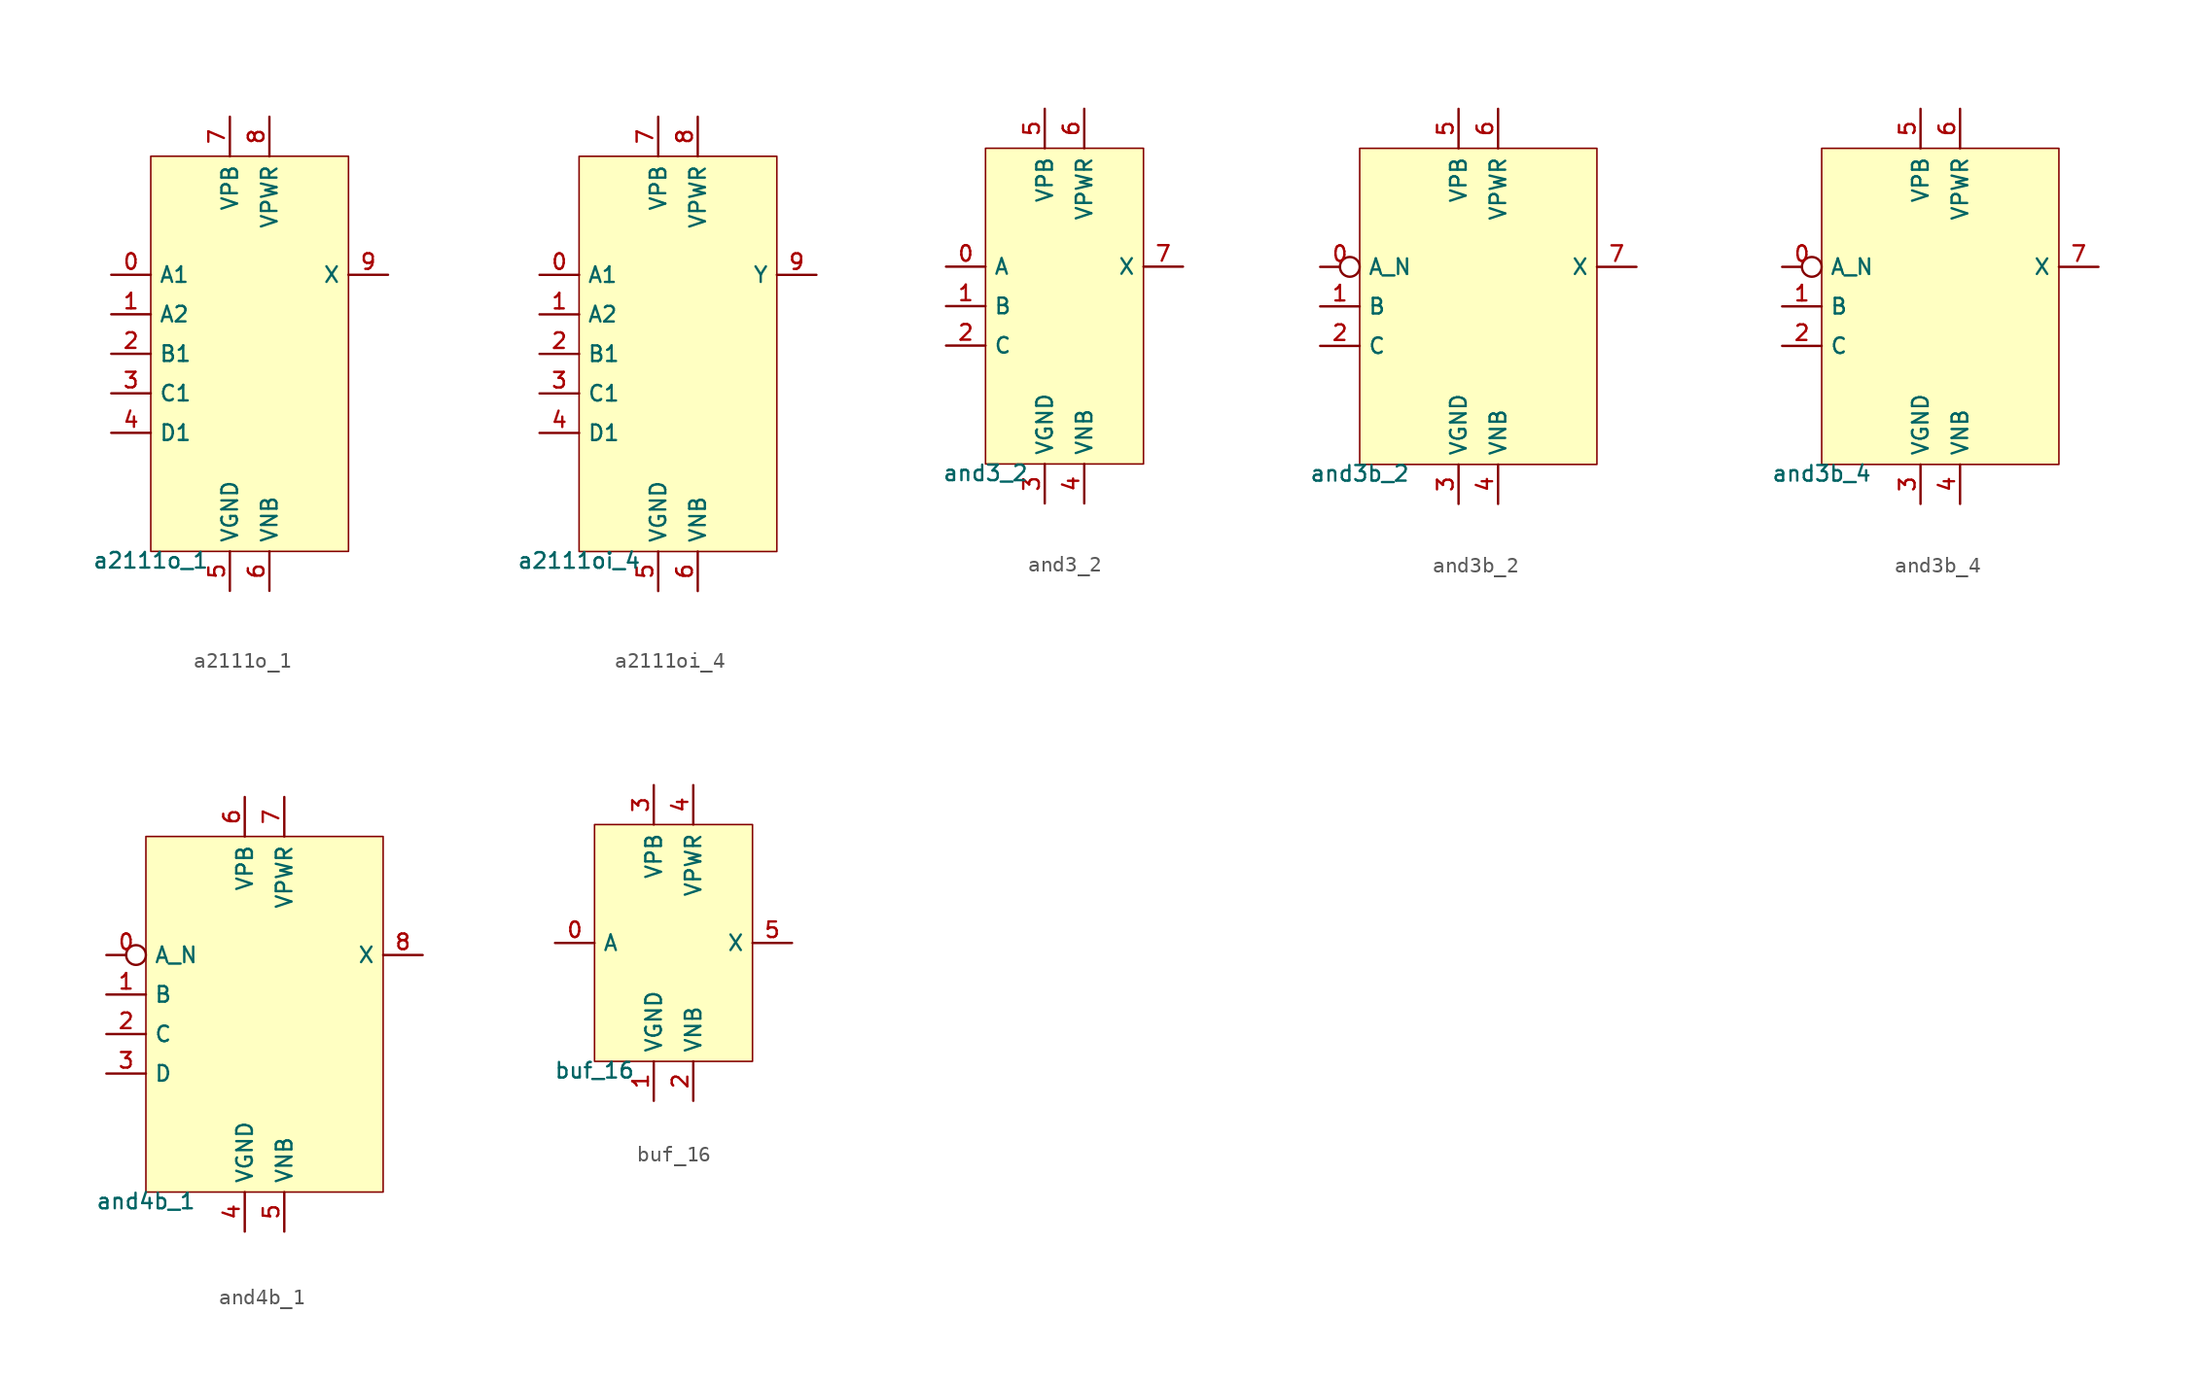
<source format=kicad_sym>
(kicad_symbol_lib
  (version 20211014)
  (generator lef2kicad_sym)
  (symbol "a2111o_1"
    (property "Reference" "CELL"
      (at 0 0 0)
      (effects (font (size 1 1)) hide))
    (property "Value" "a2111o_1"
      (at -6.35 -12.7 0)
      (effects (font (size 1 1)) (justify top)))
    (rectangle
      (start -6.35 -12.7)
      (end 6.35 12.7)
      (stroke (width 0.1) (type solid) (color 0 0 0 0))
      (fill (type background)))
    (pin input line
      (at -8.89 5.08 0)
      (length 2.54)
      (name "A1" (effects (font (size 1 1)) hide))
      (number "0" (effects (font (size 1 1)) hide)))
    (pin input line
      (at -8.89 2.54 0)
      (length 2.54)
      (name "A2" (effects (font (size 1 1)) hide))
      (number "1" (effects (font (size 1 1)) hide)))
    (pin input line
      (at -8.89 -8.881784197001252e-16 0)
      (length 2.54)
      (name "B1" (effects (font (size 1 1)) hide))
      (number "2" (effects (font (size 1 1)) hide)))
    (pin input line
      (at -8.89 -2.54 0)
      (length 2.54)
      (name "C1" (effects (font (size 1 1)) hide))
      (number "3" (effects (font (size 1 1)) hide)))
    (pin input line
      (at -8.89 -5.08 0)
      (length 2.54)
      (name "D1" (effects (font (size 1 1)) hide))
      (number "4" (effects (font (size 1 1)) hide)))
    (pin power_in line
      (at -1.27 -15.24 90)
      (length 2.54)
      (name "VGND" (effects (font (size 1 1)) hide))
      (number "5" (effects (font (size 1 1)) hide)))
    (pin power_in line
      (at 1.27 -15.24 90)
      (length 2.54)
      (name "VNB" (effects (font (size 1 1)) hide))
      (number "6" (effects (font (size 1 1)) hide)))
    (pin power_in line
      (at -1.27 15.24 270)
      (length 2.54)
      (name "VPB" (effects (font (size 1 1)) hide))
      (number "7" (effects (font (size 1 1)) hide)))
    (pin power_in line
      (at 1.27 15.24 270)
      (length 2.54)
      (name "VPWR" (effects (font (size 1 1)) hide))
      (number "8" (effects (font (size 1 1)) hide)))
    (pin output line
      (at 8.89 5.08 180)
      (length 2.54)
      (name "X" (effects (font (size 1 1)) hide))
      (number "9" (effects (font (size 1 1)) hide))))
  (symbol "a2111oi_4"
    (property "Reference" "CELL"
      (at 0 0 0)
      (effects (font (size 1 1)) hide))
    (property "Value" "a2111oi_4"
      (at -6.35 -12.7 0)
      (effects (font (size 1 1)) (justify top)))
    (rectangle
      (start -6.35 -12.7)
      (end 6.35 12.7)
      (stroke (width 0.1) (type solid) (color 0 0 0 0))
      (fill (type background)))
    (pin input line
      (at -8.89 5.08 0)
      (length 2.54)
      (name "A1" (effects (font (size 1 1)) hide))
      (number "0" (effects (font (size 1 1)) hide)))
    (pin input line
      (at -8.89 2.54 0)
      (length 2.54)
      (name "A2" (effects (font (size 1 1)) hide))
      (number "1" (effects (font (size 1 1)) hide)))
    (pin input line
      (at -8.89 -8.881784197001252e-16 0)
      (length 2.54)
      (name "B1" (effects (font (size 1 1)) hide))
      (number "2" (effects (font (size 1 1)) hide)))
    (pin input line
      (at -8.89 -2.54 0)
      (length 2.54)
      (name "C1" (effects (font (size 1 1)) hide))
      (number "3" (effects (font (size 1 1)) hide)))
    (pin input line
      (at -8.89 -5.08 0)
      (length 2.54)
      (name "D1" (effects (font (size 1 1)) hide))
      (number "4" (effects (font (size 1 1)) hide)))
    (pin power_in line
      (at -1.27 -15.24 90)
      (length 2.54)
      (name "VGND" (effects (font (size 1 1)) hide))
      (number "5" (effects (font (size 1 1)) hide)))
    (pin power_in line
      (at 1.27 -15.24 90)
      (length 2.54)
      (name "VNB" (effects (font (size 1 1)) hide))
      (number "6" (effects (font (size 1 1)) hide)))
    (pin power_in line
      (at -1.27 15.24 270)
      (length 2.54)
      (name "VPB" (effects (font (size 1 1)) hide))
      (number "7" (effects (font (size 1 1)) hide)))
    (pin power_in line
      (at 1.27 15.24 270)
      (length 2.54)
      (name "VPWR" (effects (font (size 1 1)) hide))
      (number "8" (effects (font (size 1 1)) hide)))
    (pin output line
      (at 8.89 5.08 180)
      (length 2.54)
      (name "Y" (effects (font (size 1 1)) hide))
      (number "9" (effects (font (size 1 1)) hide))))
  (symbol "and3_2"
    (property "Reference" "CELL"
      (at 0 0 0)
      (effects (font (size 1 1)) hide))
    (property "Value" "and3_2"
      (at -5.08 -10.16 0)
      (effects (font (size 1 1)) (justify top)))
    (rectangle
      (start -5.08 -10.16)
      (end 5.08 10.16)
      (stroke (width 0.1) (type solid) (color 0 0 0 0))
      (fill (type background)))
    (pin input line
      (at -7.62 2.54 0)
      (length 2.54)
      (name "A" (effects (font (size 1 1)) hide))
      (number "0" (effects (font (size 1 1)) hide)))
    (pin input line
      (at -7.62 0.0 0)
      (length 2.54)
      (name "B" (effects (font (size 1 1)) hide))
      (number "1" (effects (font (size 1 1)) hide)))
    (pin input line
      (at -7.62 -2.54 0)
      (length 2.54)
      (name "C" (effects (font (size 1 1)) hide))
      (number "2" (effects (font (size 1 1)) hide)))
    (pin power_in line
      (at -1.27 -12.7 90)
      (length 2.54)
      (name "VGND" (effects (font (size 1 1)) hide))
      (number "3" (effects (font (size 1 1)) hide)))
    (pin power_in line
      (at 1.27 -12.7 90)
      (length 2.54)
      (name "VNB" (effects (font (size 1 1)) hide))
      (number "4" (effects (font (size 1 1)) hide)))
    (pin power_in line
      (at -1.27 12.7 270)
      (length 2.54)
      (name "VPB" (effects (font (size 1 1)) hide))
      (number "5" (effects (font (size 1 1)) hide)))
    (pin power_in line
      (at 1.27 12.7 270)
      (length 2.54)
      (name "VPWR" (effects (font (size 1 1)) hide))
      (number "6" (effects (font (size 1 1)) hide)))
    (pin output line
      (at 7.62 2.54 180)
      (length 2.54)
      (name "X" (effects (font (size 1 1)) hide))
      (number "7" (effects (font (size 1 1)) hide))))
  (symbol "and3b_2"
    (property "Reference" "CELL"
      (at 0 0 0)
      (effects (font (size 1 1)) hide))
    (property "Value" "and3b_2"
      (at -7.62 -10.16 0)
      (effects (font (size 1 1)) (justify top)))
    (rectangle
      (start -7.62 -10.16)
      (end 7.62 10.16)
      (stroke (width 0.1) (type solid) (color 0 0 0 0))
      (fill (type background)))
    (pin input inverted
      (at -10.16 2.54 0)
      (length 2.54)
      (name "A_N" (effects (font (size 1 1)) hide))
      (number "0" (effects (font (size 1 1)) hide)))
    (pin input line
      (at -10.16 0.0 0)
      (length 2.54)
      (name "B" (effects (font (size 1 1)) hide))
      (number "1" (effects (font (size 1 1)) hide)))
    (pin input line
      (at -10.16 -2.54 0)
      (length 2.54)
      (name "C" (effects (font (size 1 1)) hide))
      (number "2" (effects (font (size 1 1)) hide)))
    (pin power_in line
      (at -1.27 -12.7 90)
      (length 2.54)
      (name "VGND" (effects (font (size 1 1)) hide))
      (number "3" (effects (font (size 1 1)) hide)))
    (pin power_in line
      (at 1.27 -12.7 90)
      (length 2.54)
      (name "VNB" (effects (font (size 1 1)) hide))
      (number "4" (effects (font (size 1 1)) hide)))
    (pin power_in line
      (at -1.27 12.7 270)
      (length 2.54)
      (name "VPB" (effects (font (size 1 1)) hide))
      (number "5" (effects (font (size 1 1)) hide)))
    (pin power_in line
      (at 1.27 12.7 270)
      (length 2.54)
      (name "VPWR" (effects (font (size 1 1)) hide))
      (number "6" (effects (font (size 1 1)) hide)))
    (pin output line
      (at 10.16 2.54 180)
      (length 2.54)
      (name "X" (effects (font (size 1 1)) hide))
      (number "7" (effects (font (size 1 1)) hide))))
  (symbol "and3b_4"
    (property "Reference" "CELL"
      (at 0 0 0)
      (effects (font (size 1 1)) hide))
    (property "Value" "and3b_4"
      (at -7.62 -10.16 0)
      (effects (font (size 1 1)) (justify top)))
    (rectangle
      (start -7.62 -10.16)
      (end 7.62 10.16)
      (stroke (width 0.1) (type solid) (color 0 0 0 0))
      (fill (type background)))
    (pin input inverted
      (at -10.16 2.54 0)
      (length 2.54)
      (name "A_N" (effects (font (size 1 1)) hide))
      (number "0" (effects (font (size 1 1)) hide)))
    (pin input line
      (at -10.16 0.0 0)
      (length 2.54)
      (name "B" (effects (font (size 1 1)) hide))
      (number "1" (effects (font (size 1 1)) hide)))
    (pin input line
      (at -10.16 -2.54 0)
      (length 2.54)
      (name "C" (effects (font (size 1 1)) hide))
      (number "2" (effects (font (size 1 1)) hide)))
    (pin power_in line
      (at -1.27 -12.7 90)
      (length 2.54)
      (name "VGND" (effects (font (size 1 1)) hide))
      (number "3" (effects (font (size 1 1)) hide)))
    (pin power_in line
      (at 1.27 -12.7 90)
      (length 2.54)
      (name "VNB" (effects (font (size 1 1)) hide))
      (number "4" (effects (font (size 1 1)) hide)))
    (pin power_in line
      (at -1.27 12.7 270)
      (length 2.54)
      (name "VPB" (effects (font (size 1 1)) hide))
      (number "5" (effects (font (size 1 1)) hide)))
    (pin power_in line
      (at 1.27 12.7 270)
      (length 2.54)
      (name "VPWR" (effects (font (size 1 1)) hide))
      (number "6" (effects (font (size 1 1)) hide)))
    (pin output line
      (at 10.16 2.54 180)
      (length 2.54)
      (name "X" (effects (font (size 1 1)) hide))
      (number "7" (effects (font (size 1 1)) hide))))
  (symbol "and4b_1"
    (property "Reference" "CELL"
      (at 0 0 0)
      (effects (font (size 1 1)) hide))
    (property "Value" "and4b_1"
      (at -7.62 -11.43 0)
      (effects (font (size 1 1)) (justify top)))
    (rectangle
      (start -7.62 -11.43)
      (end 7.62 11.43)
      (stroke (width 0.1) (type solid) (color 0 0 0 0))
      (fill (type background)))
    (pin input inverted
      (at -10.16 3.81 0)
      (length 2.54)
      (name "A_N" (effects (font (size 1 1)) hide))
      (number "0" (effects (font (size 1 1)) hide)))
    (pin input line
      (at -10.16 1.27 0)
      (length 2.54)
      (name "B" (effects (font (size 1 1)) hide))
      (number "1" (effects (font (size 1 1)) hide)))
    (pin input line
      (at -10.16 -1.27 0)
      (length 2.54)
      (name "C" (effects (font (size 1 1)) hide))
      (number "2" (effects (font (size 1 1)) hide)))
    (pin input line
      (at -10.16 -3.81 0)
      (length 2.54)
      (name "D" (effects (font (size 1 1)) hide))
      (number "3" (effects (font (size 1 1)) hide)))
    (pin power_in line
      (at -1.27 -13.97 90)
      (length 2.54)
      (name "VGND" (effects (font (size 1 1)) hide))
      (number "4" (effects (font (size 1 1)) hide)))
    (pin power_in line
      (at 1.27 -13.97 90)
      (length 2.54)
      (name "VNB" (effects (font (size 1 1)) hide))
      (number "5" (effects (font (size 1 1)) hide)))
    (pin power_in line
      (at -1.27 13.97 270)
      (length 2.54)
      (name "VPB" (effects (font (size 1 1)) hide))
      (number "6" (effects (font (size 1 1)) hide)))
    (pin power_in line
      (at 1.27 13.97 270)
      (length 2.54)
      (name "VPWR" (effects (font (size 1 1)) hide))
      (number "7" (effects (font (size 1 1)) hide)))
    (pin output line
      (at 10.16 3.81 180)
      (length 2.54)
      (name "X" (effects (font (size 1 1)) hide))
      (number "8" (effects (font (size 1 1)) hide))))
  (symbol "buf_16"
    (property "Reference" "CELL"
      (at 0 0 0)
      (effects (font (size 1 1)) hide))
    (property "Value" "buf_16"
      (at -5.08 -7.62 0)
      (effects (font (size 1 1)) (justify top)))
    (rectangle
      (start -5.08 -7.62)
      (end 5.08 7.62)
      (stroke (width 0.1) (type solid) (color 0 0 0 0))
      (fill (type background)))
    (pin input line
      (at -7.62 0.0 0)
      (length 2.54)
      (name "A" (effects (font (size 1 1)) hide))
      (number "0" (effects (font (size 1 1)) hide)))
    (pin power_in line
      (at -1.27 -10.16 90)
      (length 2.54)
      (name "VGND" (effects (font (size 1 1)) hide))
      (number "1" (effects (font (size 1 1)) hide)))
    (pin power_in line
      (at 1.27 -10.16 90)
      (length 2.54)
      (name "VNB" (effects (font (size 1 1)) hide))
      (number "2" (effects (font (size 1 1)) hide)))
    (pin power_in line
      (at -1.27 10.16 270)
      (length 2.54)
      (name "VPB" (effects (font (size 1 1)) hide))
      (number "3" (effects (font (size 1 1)) hide)))
    (pin power_in line
      (at 1.27 10.16 270)
      (length 2.54)
      (name "VPWR" (effects (font (size 1 1)) hide))
      (number "4" (effects (font (size 1 1)) hide)))
    (pin output line
      (at 7.62 0.0 180)
      (length 2.54)
      (name "X" (effects (font (size 1 1)) hide))
      (number "5" (effects (font (size 1 1)) hide)))))
</source>
